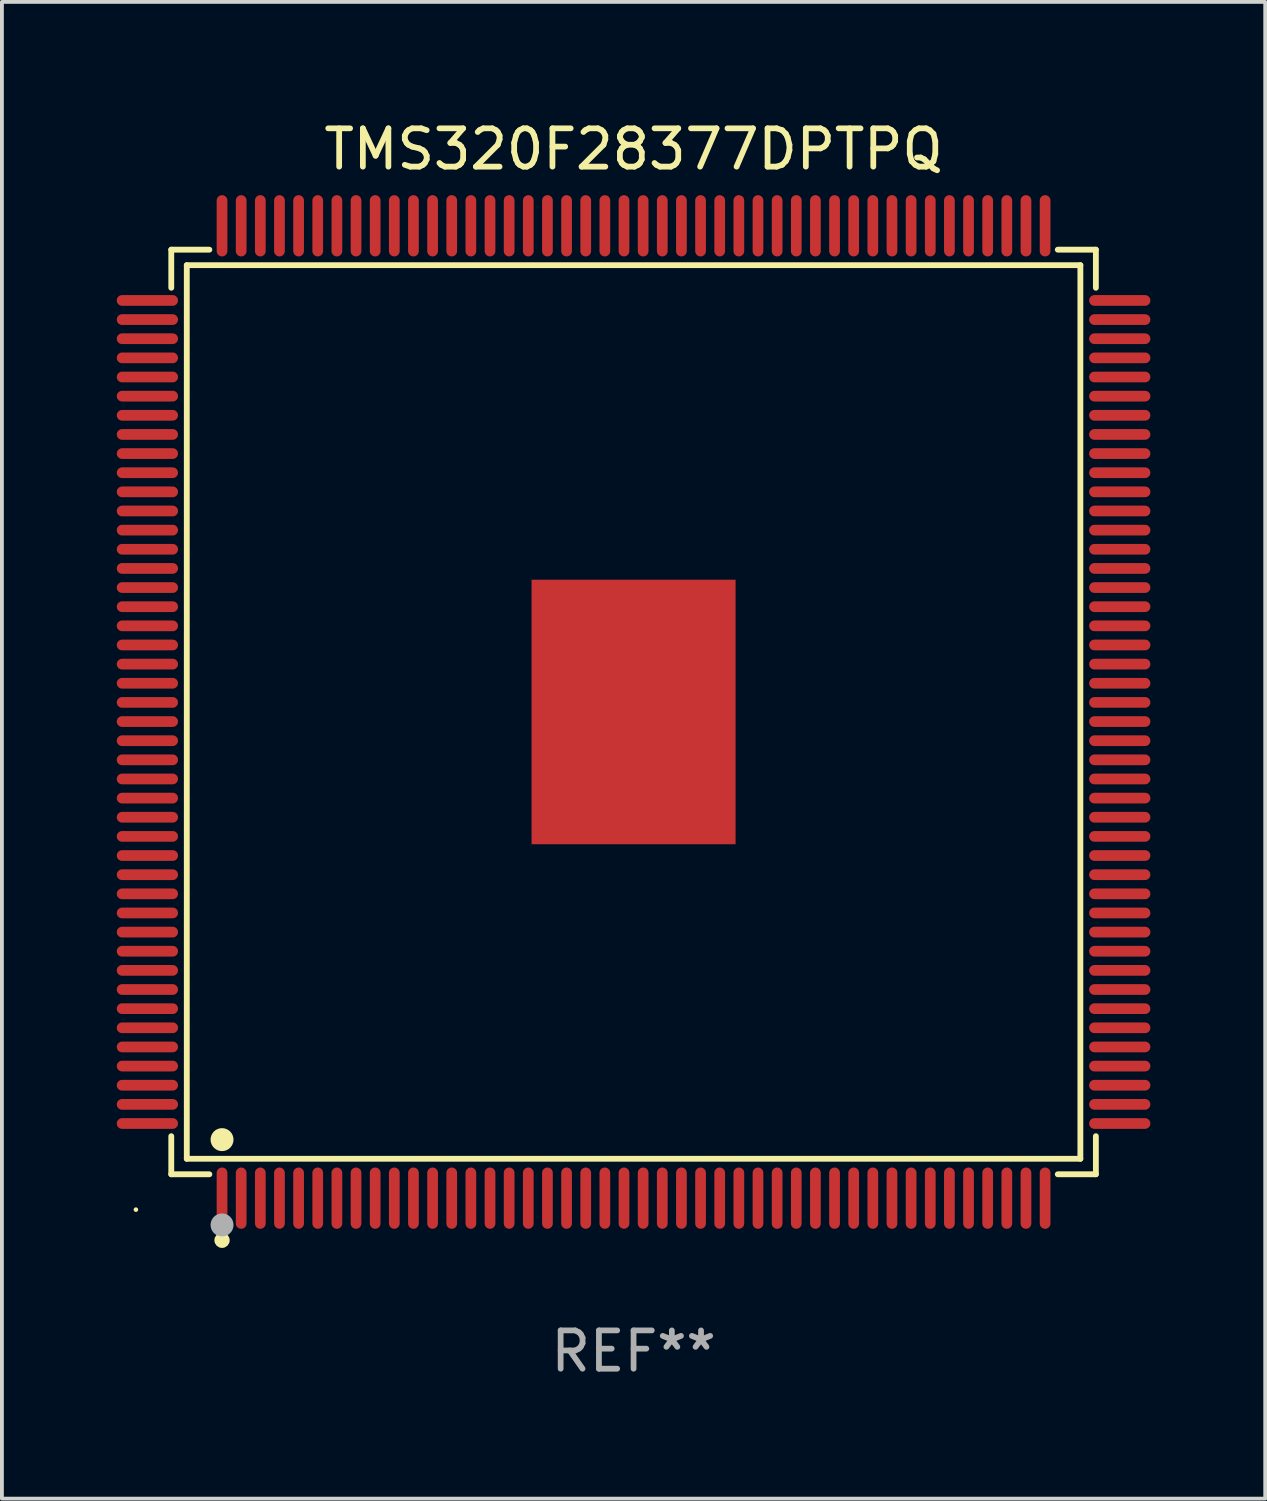
<source format=kicad_pcb>
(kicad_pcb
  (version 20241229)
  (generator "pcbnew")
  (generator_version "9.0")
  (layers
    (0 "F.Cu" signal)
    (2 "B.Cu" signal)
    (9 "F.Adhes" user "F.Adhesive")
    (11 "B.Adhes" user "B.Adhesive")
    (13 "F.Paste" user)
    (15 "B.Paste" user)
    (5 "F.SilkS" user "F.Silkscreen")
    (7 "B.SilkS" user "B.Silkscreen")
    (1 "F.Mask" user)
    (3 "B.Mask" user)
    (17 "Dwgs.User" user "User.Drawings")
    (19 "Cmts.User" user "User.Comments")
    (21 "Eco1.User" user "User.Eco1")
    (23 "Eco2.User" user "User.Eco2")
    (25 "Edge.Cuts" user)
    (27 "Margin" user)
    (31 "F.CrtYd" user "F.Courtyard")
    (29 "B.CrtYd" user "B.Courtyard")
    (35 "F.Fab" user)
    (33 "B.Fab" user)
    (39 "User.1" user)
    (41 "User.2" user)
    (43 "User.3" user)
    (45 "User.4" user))
  (footprint "TMS320F28377DPTPQ"
    (layer "F.Cu")
    (at 13.5 15.548)
    (property "Reference" "TMS320F28377DPTPQ" (at 0 -14.7 0) (layer "F.SilkS") (effects (font (size 1 1) (thickness 0.15))))
    (attr through_hole)
    (fp_line (start -12.076 -12.076) (end -11.081 -12.076) (stroke (width 0.152) (type solid)) (layer "F.SilkS"))
    (fp_line (start -12.076 -11.081) (end -12.076 -12.076) (stroke (width 0.152) (type solid)) (layer "F.SilkS"))
    (fp_line (start -12.076 11.081) (end -12.076 12.076) (stroke (width 0.152) (type solid)) (layer "F.SilkS"))
    (fp_line (start -12.076 12.076) (end -11.081 12.076) (stroke (width 0.152) (type solid)) (layer "F.SilkS"))
    (fp_line (start -11.671 -11.671) (end 11.671 -11.671) (stroke (width 0.152) (type solid)) (layer "F.SilkS"))
    (fp_line (start -11.671 11.671) (end -11.671 -11.671) (stroke (width 0.152) (type solid)) (layer "F.SilkS"))
    (fp_line (start 11.671 -11.671) (end 11.671 11.671) (stroke (width 0.152) (type solid)) (layer "F.SilkS"))
    (fp_line (start 11.671 11.671) (end -11.671 11.671) (stroke (width 0.152) (type solid)) (layer "F.SilkS"))
    (fp_line (start 12.076 -12.076) (end 11.081 -12.076) (stroke (width 0.152) (type solid)) (layer "F.SilkS"))
    (fp_line (start 12.076 -11.081) (end 12.076 -12.076) (stroke (width 0.152) (type solid)) (layer "F.SilkS"))
    (fp_line (start 12.076 11.081) (end 12.076 12.076) (stroke (width 0.152) (type solid)) (layer "F.SilkS"))
    (fp_line (start 12.076 12.076) (end 11.081 12.076) (stroke (width 0.152) (type solid)) (layer "F.SilkS"))
    (fp_circle (center -13 13) (end -12.97 13) (stroke (width 0.06) (type solid)) (fill no) (layer "F.SilkS"))
    (fp_circle (center -10.75 11.171) (end -10.6 11.171) (stroke (width 0.3) (type solid)) (fill no) (layer "F.SilkS"))
    (fp_circle (center -10.75 13.8) (end -10.65 13.8) (stroke (width 0.2) (type solid)) (fill no) (layer "F.SilkS"))
    (fp_circle (center -10.75 13.4) (end -10.6 13.4) (stroke (width 0.3) (type solid)) (fill no) (layer "F.Fab"))
    (fp_text user "REF**" (at 0 16.7 0) (layer "F.Fab") (effects (font (size 1 1) (thickness 0.15))))
    (pad "1" smd oval (at -10.75 12.7) (size 0.28 1.6) (layers "F.Cu" "F.Mask" "F.Paste"))
    (pad "2" smd oval (at -10.25 12.7) (size 0.28 1.6) (layers "F.Cu" "F.Mask" "F.Paste"))
    (pad "3" smd oval (at -9.75 12.7) (size 0.28 1.6) (layers "F.Cu" "F.Mask" "F.Paste"))
    (pad "4" smd oval (at -9.25 12.7) (size 0.28 1.6) (layers "F.Cu" "F.Mask" "F.Paste"))
    (pad "5" smd oval (at -8.75 12.7) (size 0.28 1.6) (layers "F.Cu" "F.Mask" "F.Paste"))
    (pad "6" smd oval (at -8.25 12.7) (size 0.28 1.6) (layers "F.Cu" "F.Mask" "F.Paste"))
    (pad "7" smd oval (at -7.75 12.7) (size 0.28 1.6) (layers "F.Cu" "F.Mask" "F.Paste"))
    (pad "8" smd oval (at -7.25 12.7) (size 0.28 1.6) (layers "F.Cu" "F.Mask" "F.Paste"))
    (pad "9" smd oval (at -6.75 12.7) (size 0.28 1.6) (layers "F.Cu" "F.Mask" "F.Paste"))
    (pad "10" smd oval (at -6.25 12.7) (size 0.28 1.6) (layers "F.Cu" "F.Mask" "F.Paste"))
    (pad "11" smd oval (at -5.75 12.7) (size 0.28 1.6) (layers "F.Cu" "F.Mask" "F.Paste"))
    (pad "12" smd oval (at -5.25 12.7) (size 0.28 1.6) (layers "F.Cu" "F.Mask" "F.Paste"))
    (pad "13" smd oval (at -4.75 12.7) (size 0.28 1.6) (layers "F.Cu" "F.Mask" "F.Paste"))
    (pad "14" smd oval (at -4.25 12.7) (size 0.28 1.6) (layers "F.Cu" "F.Mask" "F.Paste"))
    (pad "15" smd oval (at -3.75 12.7) (size 0.28 1.6) (layers "F.Cu" "F.Mask" "F.Paste"))
    (pad "16" smd oval (at -3.25 12.7) (size 0.28 1.6) (layers "F.Cu" "F.Mask" "F.Paste"))
    (pad "17" smd oval (at -2.75 12.7) (size 0.28 1.6) (layers "F.Cu" "F.Mask" "F.Paste"))
    (pad "18" smd oval (at -2.25 12.7) (size 0.28 1.6) (layers "F.Cu" "F.Mask" "F.Paste"))
    (pad "19" smd oval (at -1.75 12.7) (size 0.28 1.6) (layers "F.Cu" "F.Mask" "F.Paste"))
    (pad "20" smd oval (at -1.25 12.7) (size 0.28 1.6) (layers "F.Cu" "F.Mask" "F.Paste"))
    (pad "21" smd oval (at -0.75 12.7) (size 0.28 1.6) (layers "F.Cu" "F.Mask" "F.Paste"))
    (pad "22" smd oval (at -0.25 12.7) (size 0.28 1.6) (layers "F.Cu" "F.Mask" "F.Paste"))
    (pad "23" smd oval (at 0.25 12.7) (size 0.28 1.6) (layers "F.Cu" "F.Mask" "F.Paste"))
    (pad "24" smd oval (at 0.75 12.7) (size 0.28 1.6) (layers "F.Cu" "F.Mask" "F.Paste"))
    (pad "25" smd oval (at 1.25 12.7) (size 0.28 1.6) (layers "F.Cu" "F.Mask" "F.Paste"))
    (pad "26" smd oval (at 1.75 12.7) (size 0.28 1.6) (layers "F.Cu" "F.Mask" "F.Paste"))
    (pad "27" smd oval (at 2.25 12.7) (size 0.28 1.6) (layers "F.Cu" "F.Mask" "F.Paste"))
    (pad "28" smd oval (at 2.75 12.7) (size 0.28 1.6) (layers "F.Cu" "F.Mask" "F.Paste"))
    (pad "29" smd oval (at 3.25 12.7) (size 0.28 1.6) (layers "F.Cu" "F.Mask" "F.Paste"))
    (pad "30" smd oval (at 3.75 12.7) (size 0.28 1.6) (layers "F.Cu" "F.Mask" "F.Paste"))
    (pad "31" smd oval (at 4.25 12.7) (size 0.28 1.6) (layers "F.Cu" "F.Mask" "F.Paste"))
    (pad "32" smd oval (at 4.75 12.7) (size 0.28 1.6) (layers "F.Cu" "F.Mask" "F.Paste"))
    (pad "33" smd oval (at 5.25 12.7) (size 0.28 1.6) (layers "F.Cu" "F.Mask" "F.Paste"))
    (pad "34" smd oval (at 5.75 12.7) (size 0.28 1.6) (layers "F.Cu" "F.Mask" "F.Paste"))
    (pad "35" smd oval (at 6.25 12.7) (size 0.28 1.6) (layers "F.Cu" "F.Mask" "F.Paste"))
    (pad "36" smd oval (at 6.75 12.7) (size 0.28 1.6) (layers "F.Cu" "F.Mask" "F.Paste"))
    (pad "37" smd oval (at 7.25 12.7) (size 0.28 1.6) (layers "F.Cu" "F.Mask" "F.Paste"))
    (pad "38" smd oval (at 7.75 12.7) (size 0.28 1.6) (layers "F.Cu" "F.Mask" "F.Paste"))
    (pad "39" smd oval (at 8.25 12.7) (size 0.28 1.6) (layers "F.Cu" "F.Mask" "F.Paste"))
    (pad "40" smd oval (at 8.75 12.7) (size 0.28 1.6) (layers "F.Cu" "F.Mask" "F.Paste"))
    (pad "41" smd oval (at 9.25 12.7) (size 0.28 1.6) (layers "F.Cu" "F.Mask" "F.Paste"))
    (pad "42" smd oval (at 9.75 12.7) (size 0.28 1.6) (layers "F.Cu" "F.Mask" "F.Paste"))
    (pad "43" smd oval (at 10.25 12.7) (size 0.28 1.6) (layers "F.Cu" "F.Mask" "F.Paste"))
    (pad "44" smd oval (at 10.75 12.7) (size 0.28 1.6) (layers "F.Cu" "F.Mask" "F.Paste"))
    (pad "45" smd oval (at 12.7 10.75) (size 1.6 0.28) (layers "F.Cu" "F.Mask" "F.Paste"))
    (pad "46" smd oval (at 12.7 10.25) (size 1.6 0.28) (layers "F.Cu" "F.Mask" "F.Paste"))
    (pad "47" smd oval (at 12.7 9.75) (size 1.6 0.28) (layers "F.Cu" "F.Mask" "F.Paste"))
    (pad "48" smd oval (at 12.7 9.25) (size 1.6 0.28) (layers "F.Cu" "F.Mask" "F.Paste"))
    (pad "49" smd oval (at 12.7 8.75) (size 1.6 0.28) (layers "F.Cu" "F.Mask" "F.Paste"))
    (pad "50" smd oval (at 12.7 8.25) (size 1.6 0.28) (layers "F.Cu" "F.Mask" "F.Paste"))
    (pad "51" smd oval (at 12.7 7.75) (size 1.6 0.28) (layers "F.Cu" "F.Mask" "F.Paste"))
    (pad "52" smd oval (at 12.7 7.25) (size 1.6 0.28) (layers "F.Cu" "F.Mask" "F.Paste"))
    (pad "53" smd oval (at 12.7 6.75) (size 1.6 0.28) (layers "F.Cu" "F.Mask" "F.Paste"))
    (pad "54" smd oval (at 12.7 6.25) (size 1.6 0.28) (layers "F.Cu" "F.Mask" "F.Paste"))
    (pad "55" smd oval (at 12.7 5.75) (size 1.6 0.28) (layers "F.Cu" "F.Mask" "F.Paste"))
    (pad "56" smd oval (at 12.7 5.25) (size 1.6 0.28) (layers "F.Cu" "F.Mask" "F.Paste"))
    (pad "57" smd oval (at 12.7 4.75) (size 1.6 0.28) (layers "F.Cu" "F.Mask" "F.Paste"))
    (pad "58" smd oval (at 12.7 4.25) (size 1.6 0.28) (layers "F.Cu" "F.Mask" "F.Paste"))
    (pad "59" smd oval (at 12.7 3.75) (size 1.6 0.28) (layers "F.Cu" "F.Mask" "F.Paste"))
    (pad "60" smd oval (at 12.7 3.25) (size 1.6 0.28) (layers "F.Cu" "F.Mask" "F.Paste"))
    (pad "61" smd oval (at 12.7 2.75) (size 1.6 0.28) (layers "F.Cu" "F.Mask" "F.Paste"))
    (pad "62" smd oval (at 12.7 2.25) (size 1.6 0.28) (layers "F.Cu" "F.Mask" "F.Paste"))
    (pad "63" smd oval (at 12.7 1.75) (size 1.6 0.28) (layers "F.Cu" "F.Mask" "F.Paste"))
    (pad "64" smd oval (at 12.7 1.25) (size 1.6 0.28) (layers "F.Cu" "F.Mask" "F.Paste"))
    (pad "65" smd oval (at 12.7 0.75) (size 1.6 0.28) (layers "F.Cu" "F.Mask" "F.Paste"))
    (pad "66" smd oval (at 12.7 0.25) (size 1.6 0.28) (layers "F.Cu" "F.Mask" "F.Paste"))
    (pad "67" smd oval (at 12.7 -0.25) (size 1.6 0.28) (layers "F.Cu" "F.Mask" "F.Paste"))
    (pad "68" smd oval (at 12.7 -0.75) (size 1.6 0.28) (layers "F.Cu" "F.Mask" "F.Paste"))
    (pad "69" smd oval (at 12.7 -1.25) (size 1.6 0.28) (layers "F.Cu" "F.Mask" "F.Paste"))
    (pad "70" smd oval (at 12.7 -1.75) (size 1.6 0.28) (layers "F.Cu" "F.Mask" "F.Paste"))
    (pad "71" smd oval (at 12.7 -2.25) (size 1.6 0.28) (layers "F.Cu" "F.Mask" "F.Paste"))
    (pad "72" smd oval (at 12.7 -2.75) (size 1.6 0.28) (layers "F.Cu" "F.Mask" "F.Paste"))
    (pad "73" smd oval (at 12.7 -3.25) (size 1.6 0.28) (layers "F.Cu" "F.Mask" "F.Paste"))
    (pad "74" smd oval (at 12.7 -3.75) (size 1.6 0.28) (layers "F.Cu" "F.Mask" "F.Paste"))
    (pad "75" smd oval (at 12.7 -4.25) (size 1.6 0.28) (layers "F.Cu" "F.Mask" "F.Paste"))
    (pad "76" smd oval (at 12.7 -4.75) (size 1.6 0.28) (layers "F.Cu" "F.Mask" "F.Paste"))
    (pad "77" smd oval (at 12.7 -5.25) (size 1.6 0.28) (layers "F.Cu" "F.Mask" "F.Paste"))
    (pad "78" smd oval (at 12.7 -5.75) (size 1.6 0.28) (layers "F.Cu" "F.Mask" "F.Paste"))
    (pad "79" smd oval (at 12.7 -6.25) (size 1.6 0.28) (layers "F.Cu" "F.Mask" "F.Paste"))
    (pad "80" smd oval (at 12.7 -6.75) (size 1.6 0.28) (layers "F.Cu" "F.Mask" "F.Paste"))
    (pad "81" smd oval (at 12.7 -7.25) (size 1.6 0.28) (layers "F.Cu" "F.Mask" "F.Paste"))
    (pad "82" smd oval (at 12.7 -7.75) (size 1.6 0.28) (layers "F.Cu" "F.Mask" "F.Paste"))
    (pad "83" smd oval (at 12.7 -8.25) (size 1.6 0.28) (layers "F.Cu" "F.Mask" "F.Paste"))
    (pad "84" smd oval (at 12.7 -8.75) (size 1.6 0.28) (layers "F.Cu" "F.Mask" "F.Paste"))
    (pad "85" smd oval (at 12.7 -9.25) (size 1.6 0.28) (layers "F.Cu" "F.Mask" "F.Paste"))
    (pad "86" smd oval (at 12.7 -9.75) (size 1.6 0.28) (layers "F.Cu" "F.Mask" "F.Paste"))
    (pad "87" smd oval (at 12.7 -10.25) (size 1.6 0.28) (layers "F.Cu" "F.Mask" "F.Paste"))
    (pad "88" smd oval (at 12.7 -10.75) (size 1.6 0.28) (layers "F.Cu" "F.Mask" "F.Paste"))
    (pad "89" smd oval (at 10.75 -12.7) (size 0.28 1.6) (layers "F.Cu" "F.Mask" "F.Paste"))
    (pad "90" smd oval (at 10.25 -12.7) (size 0.28 1.6) (layers "F.Cu" "F.Mask" "F.Paste"))
    (pad "91" smd oval (at 9.75 -12.7) (size 0.28 1.6) (layers "F.Cu" "F.Mask" "F.Paste"))
    (pad "92" smd oval (at 9.25 -12.7) (size 0.28 1.6) (layers "F.Cu" "F.Mask" "F.Paste"))
    (pad "93" smd oval (at 8.75 -12.7) (size 0.28 1.6) (layers "F.Cu" "F.Mask" "F.Paste"))
    (pad "94" smd oval (at 8.25 -12.7) (size 0.28 1.6) (layers "F.Cu" "F.Mask" "F.Paste"))
    (pad "95" smd oval (at 7.75 -12.7) (size 0.28 1.6) (layers "F.Cu" "F.Mask" "F.Paste"))
    (pad "96" smd oval (at 7.25 -12.7) (size 0.28 1.6) (layers "F.Cu" "F.Mask" "F.Paste"))
    (pad "97" smd oval (at 6.75 -12.7) (size 0.28 1.6) (layers "F.Cu" "F.Mask" "F.Paste"))
    (pad "98" smd oval (at 6.25 -12.7) (size 0.28 1.6) (layers "F.Cu" "F.Mask" "F.Paste"))
    (pad "99" smd oval (at 5.75 -12.7) (size 0.28 1.6) (layers "F.Cu" "F.Mask" "F.Paste"))
    (pad "100" smd oval (at 5.25 -12.7) (size 0.28 1.6) (layers "F.Cu" "F.Mask" "F.Paste"))
    (pad "101" smd oval (at 4.75 -12.7) (size 0.28 1.6) (layers "F.Cu" "F.Mask" "F.Paste"))
    (pad "102" smd oval (at 4.25 -12.7) (size 0.28 1.6) (layers "F.Cu" "F.Mask" "F.Paste"))
    (pad "103" smd oval (at 3.75 -12.7) (size 0.28 1.6) (layers "F.Cu" "F.Mask" "F.Paste"))
    (pad "104" smd oval (at 3.25 -12.7) (size 0.28 1.6) (layers "F.Cu" "F.Mask" "F.Paste"))
    (pad "105" smd oval (at 2.75 -12.7) (size 0.28 1.6) (layers "F.Cu" "F.Mask" "F.Paste"))
    (pad "106" smd oval (at 2.25 -12.7) (size 0.28 1.6) (layers "F.Cu" "F.Mask" "F.Paste"))
    (pad "107" smd oval (at 1.75 -12.7) (size 0.28 1.6) (layers "F.Cu" "F.Mask" "F.Paste"))
    (pad "108" smd oval (at 1.25 -12.7) (size 0.28 1.6) (layers "F.Cu" "F.Mask" "F.Paste"))
    (pad "109" smd oval (at 0.75 -12.7) (size 0.28 1.6) (layers "F.Cu" "F.Mask" "F.Paste"))
    (pad "110" smd oval (at 0.25 -12.7) (size 0.28 1.6) (layers "F.Cu" "F.Mask" "F.Paste"))
    (pad "111" smd oval (at -0.25 -12.7) (size 0.28 1.6) (layers "F.Cu" "F.Mask" "F.Paste"))
    (pad "112" smd oval (at -0.75 -12.7) (size 0.28 1.6) (layers "F.Cu" "F.Mask" "F.Paste"))
    (pad "113" smd oval (at -1.25 -12.7) (size 0.28 1.6) (layers "F.Cu" "F.Mask" "F.Paste"))
    (pad "114" smd oval (at -1.75 -12.7) (size 0.28 1.6) (layers "F.Cu" "F.Mask" "F.Paste"))
    (pad "115" smd oval (at -2.25 -12.7) (size 0.28 1.6) (layers "F.Cu" "F.Mask" "F.Paste"))
    (pad "116" smd oval (at -2.75 -12.7) (size 0.28 1.6) (layers "F.Cu" "F.Mask" "F.Paste"))
    (pad "117" smd oval (at -3.25 -12.7) (size 0.28 1.6) (layers "F.Cu" "F.Mask" "F.Paste"))
    (pad "118" smd oval (at -3.75 -12.7) (size 0.28 1.6) (layers "F.Cu" "F.Mask" "F.Paste"))
    (pad "119" smd oval (at -4.25 -12.7) (size 0.28 1.6) (layers "F.Cu" "F.Mask" "F.Paste"))
    (pad "120" smd oval (at -4.75 -12.7) (size 0.28 1.6) (layers "F.Cu" "F.Mask" "F.Paste"))
    (pad "121" smd oval (at -5.25 -12.7) (size 0.28 1.6) (layers "F.Cu" "F.Mask" "F.Paste"))
    (pad "122" smd oval (at -5.75 -12.7) (size 0.28 1.6) (layers "F.Cu" "F.Mask" "F.Paste"))
    (pad "123" smd oval (at -6.25 -12.7) (size 0.28 1.6) (layers "F.Cu" "F.Mask" "F.Paste"))
    (pad "124" smd oval (at -6.75 -12.7) (size 0.28 1.6) (layers "F.Cu" "F.Mask" "F.Paste"))
    (pad "125" smd oval (at -7.25 -12.7) (size 0.28 1.6) (layers "F.Cu" "F.Mask" "F.Paste"))
    (pad "126" smd oval (at -7.75 -12.7) (size 0.28 1.6) (layers "F.Cu" "F.Mask" "F.Paste"))
    (pad "127" smd oval (at -8.25 -12.7) (size 0.28 1.6) (layers "F.Cu" "F.Mask" "F.Paste"))
    (pad "128" smd oval (at -8.75 -12.7) (size 0.28 1.6) (layers "F.Cu" "F.Mask" "F.Paste"))
    (pad "129" smd oval (at -9.25 -12.7) (size 0.28 1.6) (layers "F.Cu" "F.Mask" "F.Paste"))
    (pad "130" smd oval (at -9.75 -12.7) (size 0.28 1.6) (layers "F.Cu" "F.Mask" "F.Paste"))
    (pad "131" smd oval (at -10.25 -12.7) (size 0.28 1.6) (layers "F.Cu" "F.Mask" "F.Paste"))
    (pad "132" smd oval (at -10.75 -12.7) (size 0.28 1.6) (layers "F.Cu" "F.Mask" "F.Paste"))
    (pad "133" smd oval (at -12.7 -10.75) (size 1.6 0.28) (layers "F.Cu" "F.Mask" "F.Paste"))
    (pad "134" smd oval (at -12.7 -10.25) (size 1.6 0.28) (layers "F.Cu" "F.Mask" "F.Paste"))
    (pad "135" smd oval (at -12.7 -9.75) (size 1.6 0.28) (layers "F.Cu" "F.Mask" "F.Paste"))
    (pad "136" smd oval (at -12.7 -9.25) (size 1.6 0.28) (layers "F.Cu" "F.Mask" "F.Paste"))
    (pad "137" smd oval (at -12.7 -8.75) (size 1.6 0.28) (layers "F.Cu" "F.Mask" "F.Paste"))
    (pad "138" smd oval (at -12.7 -8.25) (size 1.6 0.28) (layers "F.Cu" "F.Mask" "F.Paste"))
    (pad "139" smd oval (at -12.7 -7.75) (size 1.6 0.28) (layers "F.Cu" "F.Mask" "F.Paste"))
    (pad "140" smd oval (at -12.7 -7.25) (size 1.6 0.28) (layers "F.Cu" "F.Mask" "F.Paste"))
    (pad "141" smd oval (at -12.7 -6.75) (size 1.6 0.28) (layers "F.Cu" "F.Mask" "F.Paste"))
    (pad "142" smd oval (at -12.7 -6.25) (size 1.6 0.28) (layers "F.Cu" "F.Mask" "F.Paste"))
    (pad "143" smd oval (at -12.7 -5.75) (size 1.6 0.28) (layers "F.Cu" "F.Mask" "F.Paste"))
    (pad "144" smd oval (at -12.7 -5.25) (size 1.6 0.28) (layers "F.Cu" "F.Mask" "F.Paste"))
    (pad "145" smd oval (at -12.7 -4.75) (size 1.6 0.28) (layers "F.Cu" "F.Mask" "F.Paste"))
    (pad "146" smd oval (at -12.7 -4.25) (size 1.6 0.28) (layers "F.Cu" "F.Mask" "F.Paste"))
    (pad "147" smd oval (at -12.7 -3.75) (size 1.6 0.28) (layers "F.Cu" "F.Mask" "F.Paste"))
    (pad "148" smd oval (at -12.7 -3.25) (size 1.6 0.28) (layers "F.Cu" "F.Mask" "F.Paste"))
    (pad "149" smd oval (at -12.7 -2.75) (size 1.6 0.28) (layers "F.Cu" "F.Mask" "F.Paste"))
    (pad "150" smd oval (at -12.7 -2.25) (size 1.6 0.28) (layers "F.Cu" "F.Mask" "F.Paste"))
    (pad "151" smd oval (at -12.7 -1.75) (size 1.6 0.28) (layers "F.Cu" "F.Mask" "F.Paste"))
    (pad "152" smd oval (at -12.7 -1.25) (size 1.6 0.28) (layers "F.Cu" "F.Mask" "F.Paste"))
    (pad "153" smd oval (at -12.7 -0.75) (size 1.6 0.28) (layers "F.Cu" "F.Mask" "F.Paste"))
    (pad "154" smd oval (at -12.7 -0.25) (size 1.6 0.28) (layers "F.Cu" "F.Mask" "F.Paste"))
    (pad "155" smd oval (at -12.7 0.25) (size 1.6 0.28) (layers "F.Cu" "F.Mask" "F.Paste"))
    (pad "156" smd oval (at -12.7 0.75) (size 1.6 0.28) (layers "F.Cu" "F.Mask" "F.Paste"))
    (pad "157" smd oval (at -12.7 1.25) (size 1.6 0.28) (layers "F.Cu" "F.Mask" "F.Paste"))
    (pad "158" smd oval (at -12.7 1.75) (size 1.6 0.28) (layers "F.Cu" "F.Mask" "F.Paste"))
    (pad "159" smd oval (at -12.7 2.25) (size 1.6 0.28) (layers "F.Cu" "F.Mask" "F.Paste"))
    (pad "160" smd oval (at -12.7 2.75) (size 1.6 0.28) (layers "F.Cu" "F.Mask" "F.Paste"))
    (pad "161" smd oval (at -12.7 3.25) (size 1.6 0.28) (layers "F.Cu" "F.Mask" "F.Paste"))
    (pad "162" smd oval (at -12.7 3.75) (size 1.6 0.28) (layers "F.Cu" "F.Mask" "F.Paste"))
    (pad "163" smd oval (at -12.7 4.25) (size 1.6 0.28) (layers "F.Cu" "F.Mask" "F.Paste"))
    (pad "164" smd oval (at -12.7 4.75) (size 1.6 0.28) (layers "F.Cu" "F.Mask" "F.Paste"))
    (pad "165" smd oval (at -12.7 5.25) (size 1.6 0.28) (layers "F.Cu" "F.Mask" "F.Paste"))
    (pad "166" smd oval (at -12.7 5.75) (size 1.6 0.28) (layers "F.Cu" "F.Mask" "F.Paste"))
    (pad "167" smd oval (at -12.7 6.25) (size 1.6 0.28) (layers "F.Cu" "F.Mask" "F.Paste"))
    (pad "168" smd oval (at -12.7 6.75) (size 1.6 0.28) (layers "F.Cu" "F.Mask" "F.Paste"))
    (pad "169" smd oval (at -12.7 7.25) (size 1.6 0.28) (layers "F.Cu" "F.Mask" "F.Paste"))
    (pad "170" smd oval (at -12.7 7.75) (size 1.6 0.28) (layers "F.Cu" "F.Mask" "F.Paste"))
    (pad "171" smd oval (at -12.7 8.25) (size 1.6 0.28) (layers "F.Cu" "F.Mask" "F.Paste"))
    (pad "172" smd oval (at -12.7 8.75) (size 1.6 0.28) (layers "F.Cu" "F.Mask" "F.Paste"))
    (pad "173" smd oval (at -12.7 9.25) (size 1.6 0.28) (layers "F.Cu" "F.Mask" "F.Paste"))
    (pad "174" smd oval (at -12.7 9.75) (size 1.6 0.28) (layers "F.Cu" "F.Mask" "F.Paste"))
    (pad "175" smd oval (at -12.7 10.25) (size 1.6 0.28) (layers "F.Cu" "F.Mask" "F.Paste"))
    (pad "176" smd oval (at -12.7 10.75) (size 1.6 0.28) (layers "F.Cu" "F.Mask" "F.Paste"))
    (pad "177" smd rect (at 0 0) (size 5.33 6.91) (layers "F.Cu" "F.Mask" "F.Paste")))
  (gr_rect
    (start -3 -3)
    (end 30 36.097)
    (stroke (width 0.1) (type default))
    (fill no)
    (layer "Edge.Cuts")))
</source>
